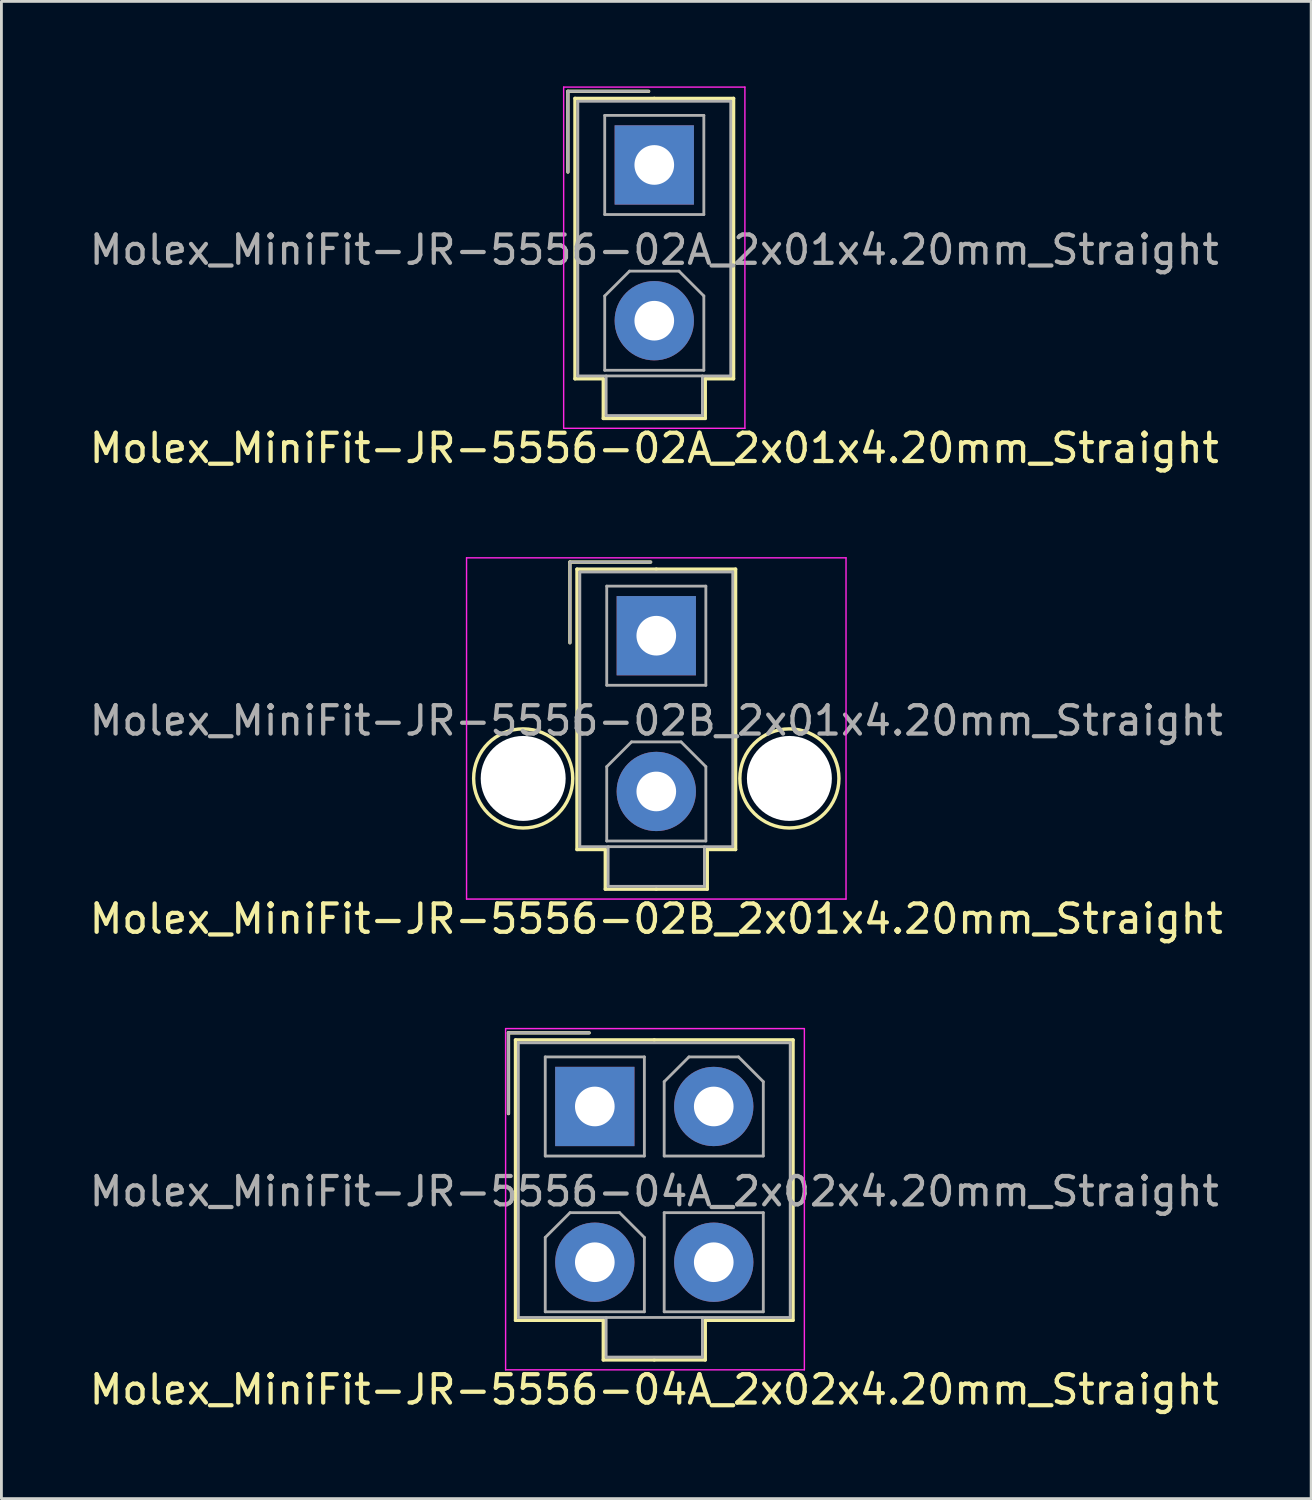
<source format=kicad_pcb>
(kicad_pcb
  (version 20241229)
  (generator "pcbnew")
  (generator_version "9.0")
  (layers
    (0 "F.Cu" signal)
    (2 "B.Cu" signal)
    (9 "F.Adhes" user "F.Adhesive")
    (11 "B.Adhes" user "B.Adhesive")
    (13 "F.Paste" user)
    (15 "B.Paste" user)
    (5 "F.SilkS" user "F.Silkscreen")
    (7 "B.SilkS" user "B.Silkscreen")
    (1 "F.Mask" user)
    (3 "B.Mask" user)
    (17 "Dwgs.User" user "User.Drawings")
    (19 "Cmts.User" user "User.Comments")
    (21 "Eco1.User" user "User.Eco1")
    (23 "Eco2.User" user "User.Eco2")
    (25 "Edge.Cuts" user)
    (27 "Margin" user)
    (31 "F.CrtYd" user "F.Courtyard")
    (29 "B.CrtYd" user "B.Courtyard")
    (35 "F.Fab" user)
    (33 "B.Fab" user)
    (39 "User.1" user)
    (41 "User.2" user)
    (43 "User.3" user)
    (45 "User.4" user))
  (footprint "Molex_MiniFit-JR-5556-02B_2x01x4.20mm_Straight"
    (layer "F.Cu")
    (at 20.125 19.398)
    (property "Reference" "Molex_MiniFit-JR-5556-02B_2x01x4.20mm_Straight" (at 0 10 0) (layer "F.SilkS") (effects (font (size 1 1) (thickness 0.15))))
    (attr through_hole)
    (fp_line (start -3.05 -2.6) (end -3.05 0.25) (stroke (width 0.12) (type solid)) (layer "F.SilkS"))
    (fp_line (start -2.8 -2.35) (end -2.8 7.55) (stroke (width 0.12) (type solid)) (layer "F.SilkS"))
    (fp_line (start -2.8 7.55) (end -1.8 7.55) (stroke (width 0.12) (type solid)) (layer "F.SilkS"))
    (fp_line (start -1.8 7.55) (end -1.8 8.95) (stroke (width 0.12) (type solid)) (layer "F.SilkS"))
    (fp_line (start -1.8 8.95) (end 0 8.95) (stroke (width 0.12) (type solid)) (layer "F.SilkS"))
    (fp_line (start -0.2 -2.6) (end -3.05 -2.6) (stroke (width 0.12) (type solid)) (layer "F.SilkS"))
    (fp_line (start 0 -2.35) (end -2.8 -2.35) (stroke (width 0.12) (type solid)) (layer "F.SilkS"))
    (fp_line (start 0 -2.35) (end 2.8 -2.35) (stroke (width 0.12) (type solid)) (layer "F.SilkS"))
    (fp_line (start 1.8 7.55) (end 1.8 8.95) (stroke (width 0.12) (type solid)) (layer "F.SilkS"))
    (fp_line (start 1.8 8.95) (end 0 8.95) (stroke (width 0.12) (type solid)) (layer "F.SilkS"))
    (fp_line (start 2.8 -2.35) (end 2.8 7.55) (stroke (width 0.12) (type solid)) (layer "F.SilkS"))
    (fp_line (start 2.8 7.55) (end 1.8 7.55) (stroke (width 0.12) (type solid)) (layer "F.SilkS"))
    (fp_circle (center -4.7 5.04) (end -2.95 5.04) (stroke (width 0.12) (type solid)) (fill no) (layer "F.SilkS"))
    (fp_circle (center 4.7 5.04) (end 6.45 5.04) (stroke (width 0.12) (type solid)) (fill no) (layer "F.SilkS"))
    (fp_line (start -6.7 -2.75) (end -6.7 9.3) (stroke (width 0.05) (type solid)) (layer "F.CrtYd"))
    (fp_line (start -6.7 9.3) (end 6.7 9.3) (stroke (width 0.05) (type solid)) (layer "F.CrtYd"))
    (fp_line (start 6.7 -2.75) (end -6.7 -2.75) (stroke (width 0.05) (type solid)) (layer "F.CrtYd"))
    (fp_line (start 6.7 9.3) (end 6.7 -2.75) (stroke (width 0.05) (type solid)) (layer "F.CrtYd"))
    (fp_line (start -3.05 -2.6) (end -3.05 0.25) (stroke (width 0.1) (type solid)) (layer "F.Fab"))
    (fp_line (start -2.7 -2.25) (end -2.7 7.45) (stroke (width 0.1) (type solid)) (layer "F.Fab"))
    (fp_line (start -2.7 7.45) (end 2.7 7.45) (stroke (width 0.1) (type solid)) (layer "F.Fab"))
    (fp_line (start -1.75 -1.75) (end -1.75 1.75) (stroke (width 0.1) (type solid)) (layer "F.Fab"))
    (fp_line (start -1.75 1.75) (end 1.75 1.75) (stroke (width 0.1) (type solid)) (layer "F.Fab"))
    (fp_line (start -1.75 4.625) (end -0.875 3.75) (stroke (width 0.1) (type solid)) (layer "F.Fab"))
    (fp_line (start -1.75 7.25) (end -1.75 4.625) (stroke (width 0.1) (type solid)) (layer "F.Fab"))
    (fp_line (start -1.7 7.45) (end -1.7 8.85) (stroke (width 0.1) (type solid)) (layer "F.Fab"))
    (fp_line (start -1.7 8.85) (end 1.7 8.85) (stroke (width 0.1) (type solid)) (layer "F.Fab"))
    (fp_line (start -0.875 3.75) (end 0.875 3.75) (stroke (width 0.1) (type solid)) (layer "F.Fab"))
    (fp_line (start -0.2 -2.6) (end -3.05 -2.6) (stroke (width 0.1) (type solid)) (layer "F.Fab"))
    (fp_line (start 0.875 3.75) (end 1.75 4.625) (stroke (width 0.1) (type solid)) (layer "F.Fab"))
    (fp_line (start 1.7 8.85) (end 1.7 7.45) (stroke (width 0.1) (type solid)) (layer "F.Fab"))
    (fp_line (start 1.75 -1.75) (end -1.75 -1.75) (stroke (width 0.1) (type solid)) (layer "F.Fab"))
    (fp_line (start 1.75 1.75) (end 1.75 -1.75) (stroke (width 0.1) (type solid)) (layer "F.Fab"))
    (fp_line (start 1.75 4.625) (end 1.75 7.25) (stroke (width 0.1) (type solid)) (layer "F.Fab"))
    (fp_line (start 1.75 7.25) (end -1.75 7.25) (stroke (width 0.1) (type solid)) (layer "F.Fab"))
    (fp_line (start 2.7 -2.25) (end -2.7 -2.25) (stroke (width 0.1) (type solid)) (layer "F.Fab"))
    (fp_line (start 2.7 7.45) (end 2.7 -2.25) (stroke (width 0.1) (type solid)) (layer "F.Fab"))
    (fp_text user "${REFERENCE}" (at 0 3 0) (layer "F.Fab") (effects (font (size 1 1) (thickness 0.15))))
    (pad "" np_thru_hole circle (at -4.7 5.04) (size 3 3) (drill 3) (layers "*.Cu" "*.Mask"))
    (pad "" np_thru_hole circle (at 4.7 5.04) (size 3 3) (drill 3) (layers "*.Cu" "*.Mask"))
    (pad "1" thru_hole rect (at 0 0) (size 2.8 2.8) (drill 1.4) (layers "*.Cu" "*.Mask"))
    (pad "2" thru_hole circle (at 0 5.5) (size 2.8 2.8) (drill 1.4) (layers "*.Cu" "*.Mask")))
  (footprint "Molex_MiniFit-JR-5556-04A_2x02x4.20mm_Straight"
    (layer "F.Cu")
    (at 17.954 36.022)
    (property "Reference" "Molex_MiniFit-JR-5556-04A_2x02x4.20mm_Straight" (at 2.1 10 0) (layer "F.SilkS") (effects (font (size 1 1) (thickness 0.15))))
    (attr through_hole)
    (fp_line (start -3.05 -2.6) (end -3.05 0.25) (stroke (width 0.12) (type solid)) (layer "F.SilkS"))
    (fp_line (start -2.8 -2.35) (end -2.8 7.55) (stroke (width 0.12) (type solid)) (layer "F.SilkS"))
    (fp_line (start -2.8 7.55) (end 0.3 7.55) (stroke (width 0.12) (type solid)) (layer "F.SilkS"))
    (fp_line (start -0.2 -2.6) (end -3.05 -2.6) (stroke (width 0.12) (type solid)) (layer "F.SilkS"))
    (fp_line (start 0.3 7.55) (end 0.3 8.95) (stroke (width 0.12) (type solid)) (layer "F.SilkS"))
    (fp_line (start 0.3 8.95) (end 2.1 8.95) (stroke (width 0.12) (type solid)) (layer "F.SilkS"))
    (fp_line (start 2.1 -2.35) (end -2.8 -2.35) (stroke (width 0.12) (type solid)) (layer "F.SilkS"))
    (fp_line (start 2.1 -2.35) (end 7 -2.35) (stroke (width 0.12) (type solid)) (layer "F.SilkS"))
    (fp_line (start 3.9 7.55) (end 3.9 8.95) (stroke (width 0.12) (type solid)) (layer "F.SilkS"))
    (fp_line (start 3.9 8.95) (end 2.1 8.95) (stroke (width 0.12) (type solid)) (layer "F.SilkS"))
    (fp_line (start 7 -2.35) (end 7 7.55) (stroke (width 0.12) (type solid)) (layer "F.SilkS"))
    (fp_line (start 7 7.55) (end 3.9 7.55) (stroke (width 0.12) (type solid)) (layer "F.SilkS"))
    (fp_line (start -3.15 -2.75) (end -3.15 9.3) (stroke (width 0.05) (type solid)) (layer "F.CrtYd"))
    (fp_line (start -3.15 9.3) (end 7.4 9.3) (stroke (width 0.05) (type solid)) (layer "F.CrtYd"))
    (fp_line (start 7.4 -2.75) (end -3.15 -2.75) (stroke (width 0.05) (type solid)) (layer "F.CrtYd"))
    (fp_line (start 7.4 9.3) (end 7.4 -2.75) (stroke (width 0.05) (type solid)) (layer "F.CrtYd"))
    (fp_line (start -3.05 -2.6) (end -3.05 0.25) (stroke (width 0.1) (type solid)) (layer "F.Fab"))
    (fp_line (start -2.7 -2.25) (end -2.7 7.45) (stroke (width 0.1) (type solid)) (layer "F.Fab"))
    (fp_line (start -2.7 7.45) (end 6.9 7.45) (stroke (width 0.1) (type solid)) (layer "F.Fab"))
    (fp_line (start -1.75 -1.75) (end -1.75 1.75) (stroke (width 0.1) (type solid)) (layer "F.Fab"))
    (fp_line (start -1.75 1.75) (end 1.75 1.75) (stroke (width 0.1) (type solid)) (layer "F.Fab"))
    (fp_line (start -1.75 4.625) (end -0.875 3.75) (stroke (width 0.1) (type solid)) (layer "F.Fab"))
    (fp_line (start -1.75 7.25) (end -1.75 4.625) (stroke (width 0.1) (type solid)) (layer "F.Fab"))
    (fp_line (start -0.875 3.75) (end 0.875 3.75) (stroke (width 0.1) (type solid)) (layer "F.Fab"))
    (fp_line (start -0.2 -2.6) (end -3.05 -2.6) (stroke (width 0.1) (type solid)) (layer "F.Fab"))
    (fp_line (start 0.4 7.45) (end 0.4 8.85) (stroke (width 0.1) (type solid)) (layer "F.Fab"))
    (fp_line (start 0.4 8.85) (end 3.8 8.85) (stroke (width 0.1) (type solid)) (layer "F.Fab"))
    (fp_line (start 0.875 3.75) (end 1.75 4.625) (stroke (width 0.1) (type solid)) (layer "F.Fab"))
    (fp_line (start 1.75 -1.75) (end -1.75 -1.75) (stroke (width 0.1) (type solid)) (layer "F.Fab"))
    (fp_line (start 1.75 1.75) (end 1.75 -1.75) (stroke (width 0.1) (type solid)) (layer "F.Fab"))
    (fp_line (start 1.75 4.625) (end 1.75 7.25) (stroke (width 0.1) (type solid)) (layer "F.Fab"))
    (fp_line (start 1.75 7.25) (end -1.75 7.25) (stroke (width 0.1) (type solid)) (layer "F.Fab"))
    (fp_line (start 2.45 -0.875) (end 3.325 -1.75) (stroke (width 0.1) (type solid)) (layer "F.Fab"))
    (fp_line (start 2.45 1.75) (end 2.45 -0.875) (stroke (width 0.1) (type solid)) (layer "F.Fab"))
    (fp_line (start 2.45 3.75) (end 2.45 7.25) (stroke (width 0.1) (type solid)) (layer "F.Fab"))
    (fp_line (start 2.45 7.25) (end 5.95 7.25) (stroke (width 0.1) (type solid)) (layer "F.Fab"))
    (fp_line (start 3.325 -1.75) (end 5.075 -1.75) (stroke (width 0.1) (type solid)) (layer "F.Fab"))
    (fp_line (start 3.8 8.85) (end 3.8 7.45) (stroke (width 0.1) (type solid)) (layer "F.Fab"))
    (fp_line (start 5.075 -1.75) (end 5.95 -0.875) (stroke (width 0.1) (type solid)) (layer "F.Fab"))
    (fp_line (start 5.95 -0.875) (end 5.95 1.75) (stroke (width 0.1) (type solid)) (layer "F.Fab"))
    (fp_line (start 5.95 1.75) (end 2.45 1.75) (stroke (width 0.1) (type solid)) (layer "F.Fab"))
    (fp_line (start 5.95 3.75) (end 2.45 3.75) (stroke (width 0.1) (type solid)) (layer "F.Fab"))
    (fp_line (start 5.95 7.25) (end 5.95 3.75) (stroke (width 0.1) (type solid)) (layer "F.Fab"))
    (fp_line (start 6.9 -2.25) (end -2.7 -2.25) (stroke (width 0.1) (type solid)) (layer "F.Fab"))
    (fp_line (start 6.9 7.45) (end 6.9 -2.25) (stroke (width 0.1) (type solid)) (layer "F.Fab"))
    (fp_text user "${REFERENCE}" (at 2.1 3 0) (layer "F.Fab") (effects (font (size 1 1) (thickness 0.15))))
    (pad "1" thru_hole rect (at 0 0) (size 2.8 2.8) (drill 1.4) (layers "*.Cu" "*.Mask"))
    (pad "2" thru_hole circle (at 4.2 0) (size 2.8 2.8) (drill 1.4) (layers "*.Cu" "*.Mask"))
    (pad "3" thru_hole circle (at 0 5.5) (size 2.8 2.8) (drill 1.4) (layers "*.Cu" "*.Mask"))
    (pad "4" thru_hole circle (at 4.2 5.5) (size 2.8 2.8) (drill 1.4) (layers "*.Cu" "*.Mask")))
  (footprint "Molex_MiniFit-JR-5556-02A_2x01x4.20mm_Straight"
    (layer "F.Cu")
    (at 20.054 2.775)
    (property "Reference" "Molex_MiniFit-JR-5556-02A_2x01x4.20mm_Straight" (at 0 10 0) (layer "F.SilkS") (effects (font (size 1 1) (thickness 0.15))))
    (attr through_hole)
    (fp_line (start -3.05 -2.6) (end -3.05 0.25) (stroke (width 0.12) (type solid)) (layer "F.SilkS"))
    (fp_line (start -2.8 -2.35) (end -2.8 7.55) (stroke (width 0.12) (type solid)) (layer "F.SilkS"))
    (fp_line (start -2.8 7.55) (end -1.8 7.55) (stroke (width 0.12) (type solid)) (layer "F.SilkS"))
    (fp_line (start -1.8 7.55) (end -1.8 8.95) (stroke (width 0.12) (type solid)) (layer "F.SilkS"))
    (fp_line (start -1.8 8.95) (end 0 8.95) (stroke (width 0.12) (type solid)) (layer "F.SilkS"))
    (fp_line (start -0.2 -2.6) (end -3.05 -2.6) (stroke (width 0.12) (type solid)) (layer "F.SilkS"))
    (fp_line (start 0 -2.35) (end -2.8 -2.35) (stroke (width 0.12) (type solid)) (layer "F.SilkS"))
    (fp_line (start 0 -2.35) (end 2.8 -2.35) (stroke (width 0.12) (type solid)) (layer "F.SilkS"))
    (fp_line (start 1.8 7.55) (end 1.8 8.95) (stroke (width 0.12) (type solid)) (layer "F.SilkS"))
    (fp_line (start 1.8 8.95) (end 0 8.95) (stroke (width 0.12) (type solid)) (layer "F.SilkS"))
    (fp_line (start 2.8 -2.35) (end 2.8 7.55) (stroke (width 0.12) (type solid)) (layer "F.SilkS"))
    (fp_line (start 2.8 7.55) (end 1.8 7.55) (stroke (width 0.12) (type solid)) (layer "F.SilkS"))
    (fp_line (start -3.2 -2.75) (end -3.2 9.3) (stroke (width 0.05) (type solid)) (layer "F.CrtYd"))
    (fp_line (start -3.2 9.3) (end 3.2 9.3) (stroke (width 0.05) (type solid)) (layer "F.CrtYd"))
    (fp_line (start 3.2 -2.75) (end -3.2 -2.75) (stroke (width 0.05) (type solid)) (layer "F.CrtYd"))
    (fp_line (start 3.2 9.3) (end 3.2 -2.75) (stroke (width 0.05) (type solid)) (layer "F.CrtYd"))
    (fp_line (start -3.05 -2.6) (end -3.05 0.25) (stroke (width 0.1) (type solid)) (layer "F.Fab"))
    (fp_line (start -2.7 -2.25) (end -2.7 7.45) (stroke (width 0.1) (type solid)) (layer "F.Fab"))
    (fp_line (start -2.7 7.45) (end 2.7 7.45) (stroke (width 0.1) (type solid)) (layer "F.Fab"))
    (fp_line (start -1.75 -1.75) (end -1.75 1.75) (stroke (width 0.1) (type solid)) (layer "F.Fab"))
    (fp_line (start -1.75 1.75) (end 1.75 1.75) (stroke (width 0.1) (type solid)) (layer "F.Fab"))
    (fp_line (start -1.75 4.625) (end -0.875 3.75) (stroke (width 0.1) (type solid)) (layer "F.Fab"))
    (fp_line (start -1.75 7.25) (end -1.75 4.625) (stroke (width 0.1) (type solid)) (layer "F.Fab"))
    (fp_line (start -1.7 7.45) (end -1.7 8.85) (stroke (width 0.1) (type solid)) (layer "F.Fab"))
    (fp_line (start -1.7 8.85) (end 1.7 8.85) (stroke (width 0.1) (type solid)) (layer "F.Fab"))
    (fp_line (start -0.875 3.75) (end 0.875 3.75) (stroke (width 0.1) (type solid)) (layer "F.Fab"))
    (fp_line (start -0.2 -2.6) (end -3.05 -2.6) (stroke (width 0.1) (type solid)) (layer "F.Fab"))
    (fp_line (start 0.875 3.75) (end 1.75 4.625) (stroke (width 0.1) (type solid)) (layer "F.Fab"))
    (fp_line (start 1.7 8.85) (end 1.7 7.45) (stroke (width 0.1) (type solid)) (layer "F.Fab"))
    (fp_line (start 1.75 -1.75) (end -1.75 -1.75) (stroke (width 0.1) (type solid)) (layer "F.Fab"))
    (fp_line (start 1.75 1.75) (end 1.75 -1.75) (stroke (width 0.1) (type solid)) (layer "F.Fab"))
    (fp_line (start 1.75 4.625) (end 1.75 7.25) (stroke (width 0.1) (type solid)) (layer "F.Fab"))
    (fp_line (start 1.75 7.25) (end -1.75 7.25) (stroke (width 0.1) (type solid)) (layer "F.Fab"))
    (fp_line (start 2.7 -2.25) (end -2.7 -2.25) (stroke (width 0.1) (type solid)) (layer "F.Fab"))
    (fp_line (start 2.7 7.45) (end 2.7 -2.25) (stroke (width 0.1) (type solid)) (layer "F.Fab"))
    (fp_text user "${REFERENCE}" (at 0 3 0) (layer "F.Fab") (effects (font (size 1 1) (thickness 0.15))))
    (pad "1" thru_hole rect (at 0 0) (size 2.8 2.8) (drill 1.4) (layers "*.Cu" "*.Mask"))
    (pad "2" thru_hole circle (at 0 5.5) (size 2.8 2.8) (drill 1.4) (layers "*.Cu" "*.Mask")))
  (gr_rect
    (start -3 -3)
    (end 43.25 49.87)
    (stroke (width 0.1) (type default))
    (fill no)
    (layer "Edge.Cuts")))
</source>
